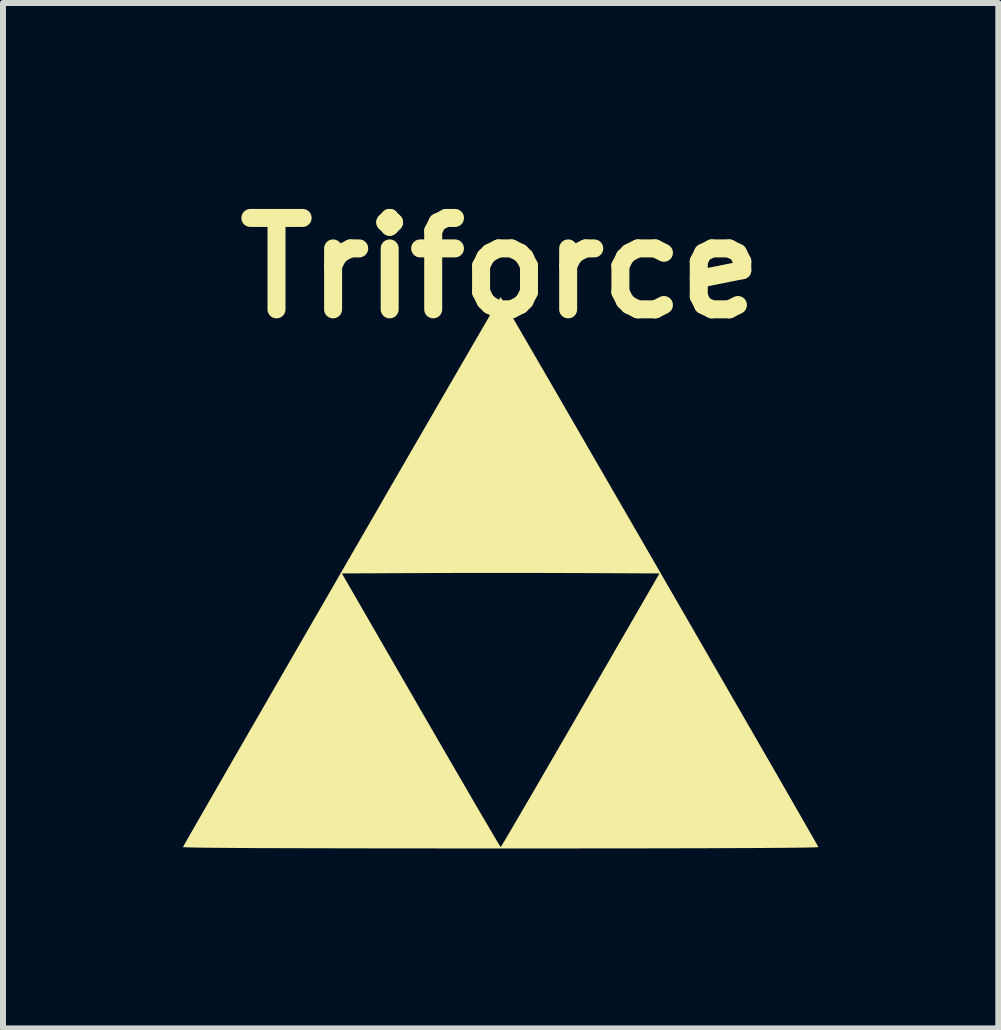
<source format=kicad_pcb>
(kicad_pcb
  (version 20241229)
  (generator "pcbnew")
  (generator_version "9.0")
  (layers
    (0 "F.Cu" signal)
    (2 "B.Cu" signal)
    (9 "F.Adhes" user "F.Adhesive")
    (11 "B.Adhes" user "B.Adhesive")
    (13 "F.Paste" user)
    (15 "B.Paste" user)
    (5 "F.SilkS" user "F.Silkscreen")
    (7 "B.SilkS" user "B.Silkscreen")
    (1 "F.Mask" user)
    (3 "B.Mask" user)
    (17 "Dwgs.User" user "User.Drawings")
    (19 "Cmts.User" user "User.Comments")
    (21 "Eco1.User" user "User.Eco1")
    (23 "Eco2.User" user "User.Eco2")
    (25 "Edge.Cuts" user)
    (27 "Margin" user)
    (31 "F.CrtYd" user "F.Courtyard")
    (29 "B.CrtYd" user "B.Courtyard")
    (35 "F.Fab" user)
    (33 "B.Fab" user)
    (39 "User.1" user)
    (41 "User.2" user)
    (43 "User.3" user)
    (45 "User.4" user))
  (footprint "Triforce"
    (layer "F.Cu")
    (at 5.297 6.498)
    (property "Reference" "Triforce" (at 0 -5.08 0) (layer "F.SilkS") (effects (font (size 1.524 1.524) (thickness 0.3))))
    (attr board_only exclude_from_pos_files exclude_from_bom)
    (fp_poly (pts (xy 0.012 -4.575) (xy 0.047 -4.517) (xy 0.102 -4.422) (xy 0.177 -4.294) (xy 0.271 -4.133) (xy 0.381 -3.943) (xy 0.507 -3.726) (xy 0.648 -3.483) (xy 0.802 -3.218) (xy 0.968 -2.932) (xy 1.144 -2.627) (xy 1.33 -2.306) (xy 1.524 -1.97) (xy 1.725 -1.623) (xy 1.931 -1.266) (xy 2.142 -0.902) (xy 2.356 -0.532) (xy 2.571 -0.159) (xy 2.787 0.215) (xy 3.002 0.587) (xy 3.215 0.956) (xy 3.424 1.319) (xy 3.629 1.674) (xy 3.828 2.019) (xy 4.02 2.352) (xy 4.204 2.67) (xy 4.377 2.971) (xy 4.54 3.253) (xy 4.69 3.514) (xy 4.827 3.752) (xy 4.948 3.964) (xy 5.054 4.148) (xy 5.142 4.302) (xy 5.212 4.424) (xy 5.262 4.511) (xy 5.29 4.562) (xy 5.297 4.574) (xy 5.274 4.577) (xy 5.205 4.579) (xy 5.091 4.582) (xy 4.93 4.584) (xy 4.725 4.586) (xy 4.475 4.588) (xy 4.182 4.59) (xy 3.845 4.591) (xy 3.464 4.593) (xy 3.041 4.594) (xy 2.577 4.595) (xy 2.07 4.596) (xy 1.522 4.596) (xy 0.934 4.597) (xy 0.306 4.597) (xy 0 4.597) (xy -0.65 4.597) (xy -1.259 4.596) (xy -1.827 4.596) (xy -2.354 4.595) (xy -2.84 4.594) (xy -3.282 4.593) (xy -3.683 4.592) (xy -4.04 4.591) (xy -4.353 4.589) (xy -4.622 4.587) (xy -4.847 4.585) (xy -5.027 4.583) (xy -5.162 4.58) (xy -5.25 4.578) (xy -5.293 4.575) (xy -5.297 4.574) (xy -5.284 4.55) (xy -5.249 4.488) (xy -5.193 4.39) (xy -5.118 4.259) (xy -5.024 4.095) (xy -4.913 3.902) (xy -4.787 3.683) (xy -4.646 3.438) (xy -4.492 3.17) (xy -4.326 2.882) (xy -4.149 2.575) (xy -3.963 2.253) (xy -3.769 1.916) (xy -3.568 1.568) (xy -3.362 1.21) (xy -3.151 0.845) (xy -2.937 0.475) (xy -2.722 0.102) (xy -2.67 0.012) (xy -2.647 0.012) (xy -1.331 2.293) (xy -1.157 2.593) (xy -0.989 2.883) (xy -0.83 3.158) (xy -0.68 3.416) (xy -0.541 3.655) (xy -0.415 3.872) (xy -0.302 4.065) (xy -0.205 4.23) (xy -0.125 4.366) (xy -0.064 4.47) (xy -0.022 4.54) (xy -0.002 4.571) (xy -0.000173 4.573) (xy 0.013 4.554) (xy 0.048 4.496) (xy 0.104 4.402) (xy 0.178 4.276) (xy 0.27 4.119) (xy 0.378 3.934) (xy 0.501 3.724) (xy 0.636 3.492) (xy 0.782 3.239) (xy 0.939 2.969) (xy 1.104 2.684) (xy 1.276 2.387) (xy 1.33 2.293) (xy 2.647 0.012) (xy 1.324 0.006) (xy 1.019 0.005) (xy 0.679 0.004) (xy 0.316 0.003) (xy -0.056 0.003) (xy -0.427 0.003) (xy -0.784 0.004) (xy -1.115 0.005) (xy -1.324 0.006) (xy -2.647 0.012) (xy -2.67 0.012) (xy -2.506 -0.272) (xy -2.291 -0.644) (xy -2.078 -1.012) (xy -1.869 -1.375) (xy -1.664 -1.729) (xy -1.465 -2.073) (xy -1.273 -2.404) (xy -1.09 -2.721) (xy -0.917 -3.02) (xy -0.754 -3.3) (xy -0.604 -3.559) (xy -0.468 -3.794) (xy -0.346 -4.004) (xy -0.241 -4.185) (xy -0.153 -4.336) (xy -0.084 -4.455) (xy -0.034 -4.539) (xy -0.006 -4.586) (xy 0 -4.595)) (stroke (width 0) (type solid)) (fill yes) (layer "F.SilkS")))
  (gr_rect
    (start -3 -3)
    (end 13.593 14.095)
    (stroke (width 0.1) (type default))
    (fill no)
    (layer "Edge.Cuts")))
</source>
